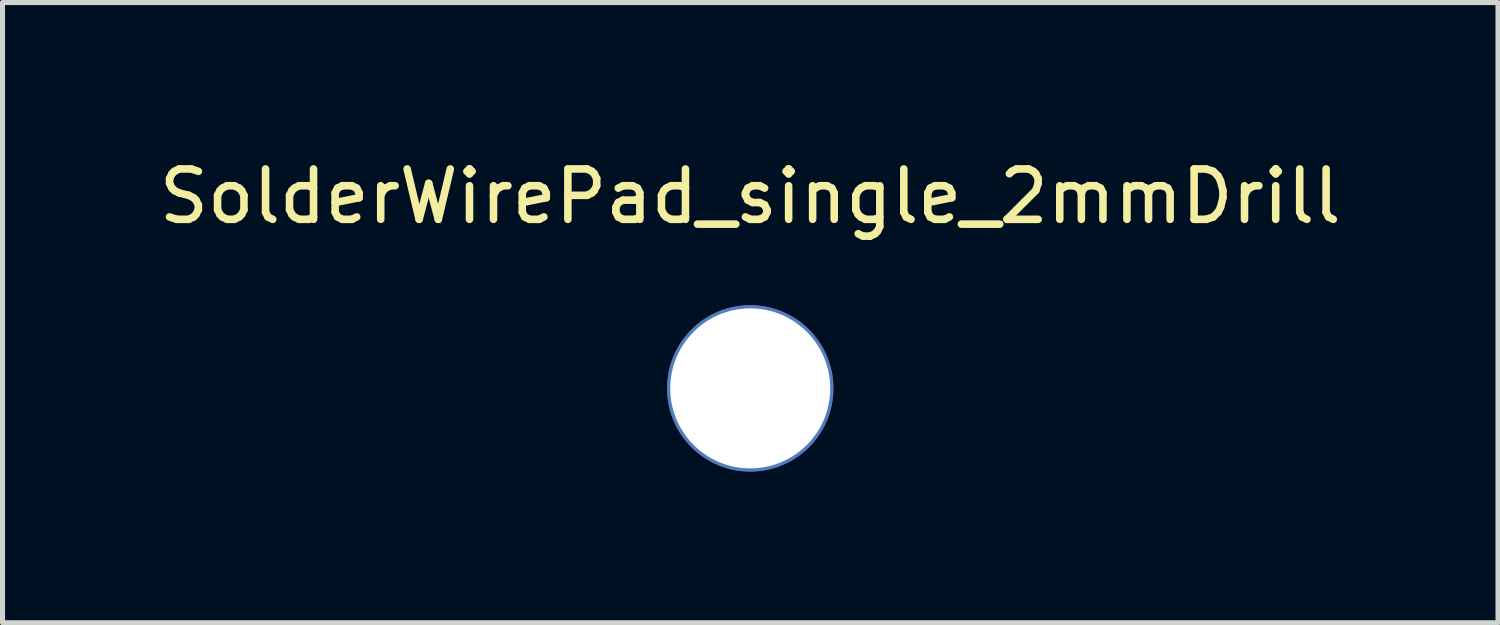
<source format=kicad_pcb>
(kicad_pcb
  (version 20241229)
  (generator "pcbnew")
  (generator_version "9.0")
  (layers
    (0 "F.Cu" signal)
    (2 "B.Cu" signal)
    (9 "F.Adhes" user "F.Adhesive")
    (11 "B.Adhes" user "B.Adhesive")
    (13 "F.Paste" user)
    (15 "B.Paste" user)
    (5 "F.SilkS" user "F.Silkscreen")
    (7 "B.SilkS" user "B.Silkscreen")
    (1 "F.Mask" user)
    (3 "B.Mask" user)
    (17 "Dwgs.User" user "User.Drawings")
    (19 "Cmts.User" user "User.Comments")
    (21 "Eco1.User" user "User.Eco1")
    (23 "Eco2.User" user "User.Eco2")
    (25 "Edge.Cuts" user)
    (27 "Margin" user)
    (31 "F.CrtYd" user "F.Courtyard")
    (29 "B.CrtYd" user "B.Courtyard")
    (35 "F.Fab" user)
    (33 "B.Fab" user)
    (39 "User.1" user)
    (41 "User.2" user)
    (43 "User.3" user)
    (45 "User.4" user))
  (footprint "SolderWirePad_single_2mmDrill"
    (layer "F.Cu")
    (at 11.839 4.658)
    (property "Reference" "SolderWirePad_single_2mmDrill" (at 0 -3.81 0) (layer "F.SilkS") (effects (font (size 1 1) (thickness 0.15))))
    (attr through_hole)
    (pad "1" thru_hole circle (at 0 0) (size 3.302 3.302) (drill 3.175) (layers "*.Cu" "*.Mask")))
  (gr_rect
    (start -3 -3)
    (end 26.679 9.309)
    (stroke (width 0.1) (type default))
    (fill no)
    (layer "Edge.Cuts")))
</source>
